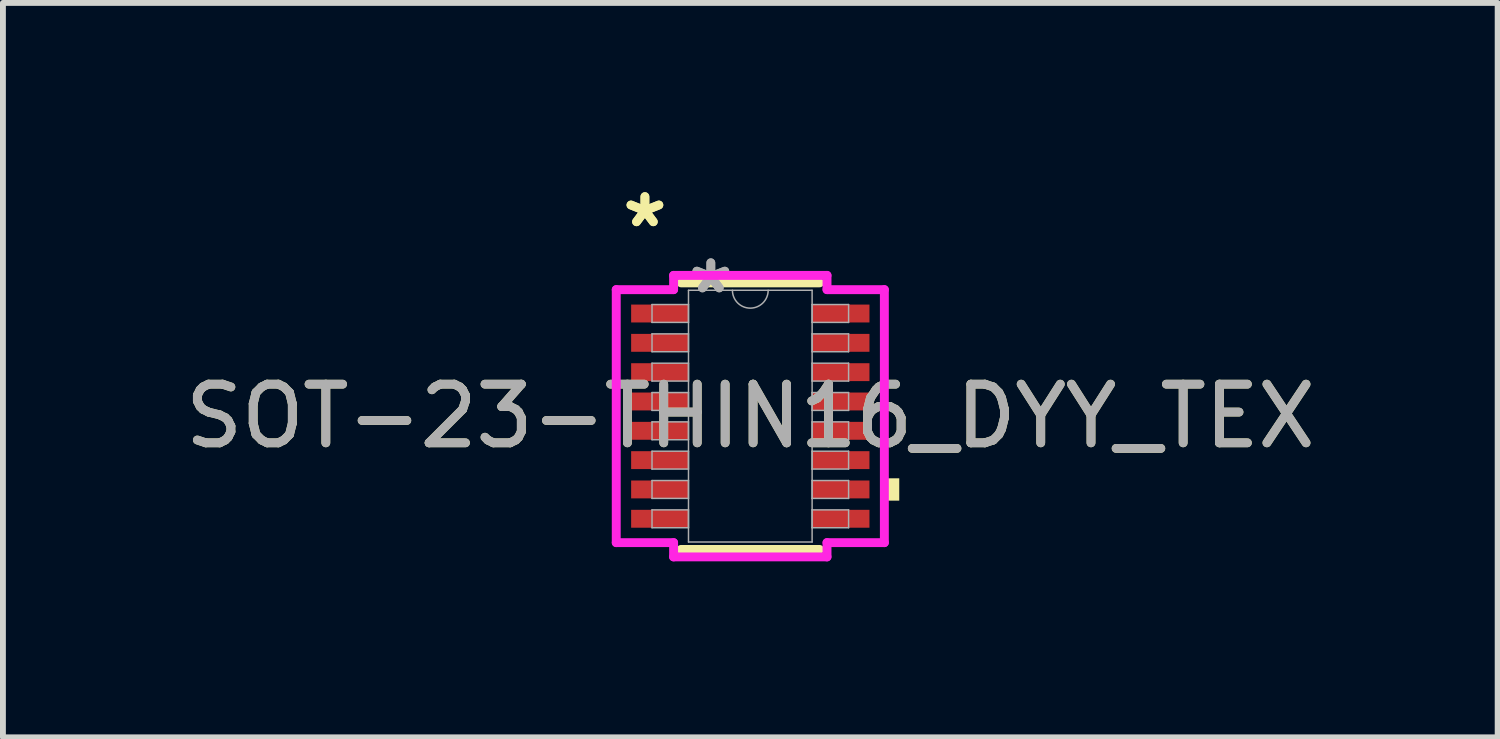
<source format=kicad_pcb>
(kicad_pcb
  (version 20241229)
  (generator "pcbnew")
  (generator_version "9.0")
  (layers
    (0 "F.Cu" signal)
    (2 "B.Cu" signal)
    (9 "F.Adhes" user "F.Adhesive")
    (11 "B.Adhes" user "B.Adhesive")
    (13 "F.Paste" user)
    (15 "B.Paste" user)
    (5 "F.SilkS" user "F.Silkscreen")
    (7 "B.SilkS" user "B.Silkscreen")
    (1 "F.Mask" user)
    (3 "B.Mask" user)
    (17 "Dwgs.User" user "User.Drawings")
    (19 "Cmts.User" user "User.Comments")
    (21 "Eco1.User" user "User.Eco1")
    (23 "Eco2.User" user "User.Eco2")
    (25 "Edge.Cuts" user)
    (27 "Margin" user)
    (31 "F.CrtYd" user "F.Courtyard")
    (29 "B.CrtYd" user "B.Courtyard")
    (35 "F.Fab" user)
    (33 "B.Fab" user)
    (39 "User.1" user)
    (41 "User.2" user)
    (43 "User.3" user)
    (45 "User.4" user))
  (footprint "SOT-23-THIN16_DYY_TEX"
    (layer "F.Cu")
    (at 9.744 4.046)
    (property "Reference" "SOT-23-THIN16_DYY_TEX" (at 0 0 0) (unlocked yes) (layer "F.SilkS") (effects (font (size 1 1) (thickness 0.15))))
    (attr smd)
    (fp_line (start -1.181 2.273) (end 1.181 2.273) (stroke (width 0.152) (type solid)) (layer "F.SilkS"))
    (fp_line (start 1.181 -2.273) (end -1.181 -2.273) (stroke (width 0.152) (type solid)) (layer "F.SilkS"))
    (fp_poly (pts (xy 2.54 1.06) (xy 2.54 1.441) (xy 2.286 1.441) (xy 2.286 1.06)) (stroke (width 0) (type solid)) (fill yes) (layer "F.SilkS"))
    (fp_line (start -2.286 -2.157) (end -1.308 -2.157) (stroke (width 0.152) (type solid)) (layer "F.CrtYd"))
    (fp_line (start -2.286 2.157) (end -2.286 -2.157) (stroke (width 0.152) (type solid)) (layer "F.CrtYd"))
    (fp_line (start -2.286 2.157) (end -1.308 2.157) (stroke (width 0.152) (type solid)) (layer "F.CrtYd"))
    (fp_line (start -1.308 -2.4) (end 1.308 -2.4) (stroke (width 0.152) (type solid)) (layer "F.CrtYd"))
    (fp_line (start -1.308 -2.157) (end -1.308 -2.4) (stroke (width 0.152) (type solid)) (layer "F.CrtYd"))
    (fp_line (start -1.308 2.4) (end -1.308 2.157) (stroke (width 0.152) (type solid)) (layer "F.CrtYd"))
    (fp_line (start 1.308 -2.4) (end 1.308 -2.157) (stroke (width 0.152) (type solid)) (layer "F.CrtYd"))
    (fp_line (start 1.308 2.157) (end 1.308 2.4) (stroke (width 0.152) (type solid)) (layer "F.CrtYd"))
    (fp_line (start 1.308 2.4) (end -1.308 2.4) (stroke (width 0.152) (type solid)) (layer "F.CrtYd"))
    (fp_line (start 2.286 -2.157) (end 1.308 -2.157) (stroke (width 0.152) (type solid)) (layer "F.CrtYd"))
    (fp_line (start 2.286 -2.157) (end 2.286 2.157) (stroke (width 0.152) (type solid)) (layer "F.CrtYd"))
    (fp_line (start 2.286 2.157) (end 1.308 2.157) (stroke (width 0.152) (type solid)) (layer "F.CrtYd"))
    (fp_line (start -1.676 -1.903) (end -1.676 -1.598) (stroke (width 0.025) (type solid)) (layer "F.Fab"))
    (fp_line (start -1.676 -1.598) (end -1.054 -1.598) (stroke (width 0.025) (type solid)) (layer "F.Fab"))
    (fp_line (start -1.676 -1.403) (end -1.676 -1.098) (stroke (width 0.025) (type solid)) (layer "F.Fab"))
    (fp_line (start -1.676 -1.098) (end -1.054 -1.098) (stroke (width 0.025) (type solid)) (layer "F.Fab"))
    (fp_line (start -1.676 -0.903) (end -1.676 -0.598) (stroke (width 0.025) (type solid)) (layer "F.Fab"))
    (fp_line (start -1.676 -0.598) (end -1.054 -0.598) (stroke (width 0.025) (type solid)) (layer "F.Fab"))
    (fp_line (start -1.676 -0.402) (end -1.676 -0.098) (stroke (width 0.025) (type solid)) (layer "F.Fab"))
    (fp_line (start -1.676 -0.098) (end -1.054 -0.098) (stroke (width 0.025) (type solid)) (layer "F.Fab"))
    (fp_line (start -1.676 0.098) (end -1.676 0.402) (stroke (width 0.025) (type solid)) (layer "F.Fab"))
    (fp_line (start -1.676 0.402) (end -1.054 0.402) (stroke (width 0.025) (type solid)) (layer "F.Fab"))
    (fp_line (start -1.676 0.598) (end -1.676 0.903) (stroke (width 0.025) (type solid)) (layer "F.Fab"))
    (fp_line (start -1.676 0.903) (end -1.054 0.903) (stroke (width 0.025) (type solid)) (layer "F.Fab"))
    (fp_line (start -1.676 1.098) (end -1.676 1.403) (stroke (width 0.025) (type solid)) (layer "F.Fab"))
    (fp_line (start -1.676 1.403) (end -1.054 1.403) (stroke (width 0.025) (type solid)) (layer "F.Fab"))
    (fp_line (start -1.676 1.598) (end -1.676 1.903) (stroke (width 0.025) (type solid)) (layer "F.Fab"))
    (fp_line (start -1.676 1.903) (end -1.054 1.903) (stroke (width 0.025) (type solid)) (layer "F.Fab"))
    (fp_line (start -1.054 -2.146) (end -1.054 2.146) (stroke (width 0.025) (type solid)) (layer "F.Fab"))
    (fp_line (start -1.054 -1.903) (end -1.676 -1.903) (stroke (width 0.025) (type solid)) (layer "F.Fab"))
    (fp_line (start -1.054 -1.598) (end -1.054 -1.903) (stroke (width 0.025) (type solid)) (layer "F.Fab"))
    (fp_line (start -1.054 -1.403) (end -1.676 -1.403) (stroke (width 0.025) (type solid)) (layer "F.Fab"))
    (fp_line (start -1.054 -1.098) (end -1.054 -1.403) (stroke (width 0.025) (type solid)) (layer "F.Fab"))
    (fp_line (start -1.054 -0.903) (end -1.676 -0.903) (stroke (width 0.025) (type solid)) (layer "F.Fab"))
    (fp_line (start -1.054 -0.598) (end -1.054 -0.903) (stroke (width 0.025) (type solid)) (layer "F.Fab"))
    (fp_line (start -1.054 -0.402) (end -1.676 -0.402) (stroke (width 0.025) (type solid)) (layer "F.Fab"))
    (fp_line (start -1.054 -0.098) (end -1.054 -0.402) (stroke (width 0.025) (type solid)) (layer "F.Fab"))
    (fp_line (start -1.054 0.098) (end -1.676 0.098) (stroke (width 0.025) (type solid)) (layer "F.Fab"))
    (fp_line (start -1.054 0.402) (end -1.054 0.098) (stroke (width 0.025) (type solid)) (layer "F.Fab"))
    (fp_line (start -1.054 0.598) (end -1.676 0.598) (stroke (width 0.025) (type solid)) (layer "F.Fab"))
    (fp_line (start -1.054 0.903) (end -1.054 0.598) (stroke (width 0.025) (type solid)) (layer "F.Fab"))
    (fp_line (start -1.054 1.098) (end -1.676 1.098) (stroke (width 0.025) (type solid)) (layer "F.Fab"))
    (fp_line (start -1.054 1.403) (end -1.054 1.098) (stroke (width 0.025) (type solid)) (layer "F.Fab"))
    (fp_line (start -1.054 1.598) (end -1.676 1.598) (stroke (width 0.025) (type solid)) (layer "F.Fab"))
    (fp_line (start -1.054 1.903) (end -1.054 1.598) (stroke (width 0.025) (type solid)) (layer "F.Fab"))
    (fp_line (start -1.054 2.146) (end 1.054 2.146) (stroke (width 0.025) (type solid)) (layer "F.Fab"))
    (fp_line (start 1.054 -2.146) (end -1.054 -2.146) (stroke (width 0.025) (type solid)) (layer "F.Fab"))
    (fp_line (start 1.054 -1.903) (end 1.054 -1.598) (stroke (width 0.025) (type solid)) (layer "F.Fab"))
    (fp_line (start 1.054 -1.598) (end 1.676 -1.598) (stroke (width 0.025) (type solid)) (layer "F.Fab"))
    (fp_line (start 1.054 -1.403) (end 1.054 -1.098) (stroke (width 0.025) (type solid)) (layer "F.Fab"))
    (fp_line (start 1.054 -1.098) (end 1.676 -1.098) (stroke (width 0.025) (type solid)) (layer "F.Fab"))
    (fp_line (start 1.054 -0.903) (end 1.054 -0.598) (stroke (width 0.025) (type solid)) (layer "F.Fab"))
    (fp_line (start 1.054 -0.598) (end 1.676 -0.598) (stroke (width 0.025) (type solid)) (layer "F.Fab"))
    (fp_line (start 1.054 -0.402) (end 1.054 -0.098) (stroke (width 0.025) (type solid)) (layer "F.Fab"))
    (fp_line (start 1.054 -0.098) (end 1.676 -0.098) (stroke (width 0.025) (type solid)) (layer "F.Fab"))
    (fp_line (start 1.054 0.098) (end 1.054 0.402) (stroke (width 0.025) (type solid)) (layer "F.Fab"))
    (fp_line (start 1.054 0.402) (end 1.676 0.402) (stroke (width 0.025) (type solid)) (layer "F.Fab"))
    (fp_line (start 1.054 0.598) (end 1.054 0.903) (stroke (width 0.025) (type solid)) (layer "F.Fab"))
    (fp_line (start 1.054 0.903) (end 1.676 0.903) (stroke (width 0.025) (type solid)) (layer "F.Fab"))
    (fp_line (start 1.054 1.098) (end 1.054 1.403) (stroke (width 0.025) (type solid)) (layer "F.Fab"))
    (fp_line (start 1.054 1.403) (end 1.676 1.403) (stroke (width 0.025) (type solid)) (layer "F.Fab"))
    (fp_line (start 1.054 1.598) (end 1.054 1.903) (stroke (width 0.025) (type solid)) (layer "F.Fab"))
    (fp_line (start 1.054 1.903) (end 1.676 1.903) (stroke (width 0.025) (type solid)) (layer "F.Fab"))
    (fp_line (start 1.054 2.146) (end 1.054 -2.146) (stroke (width 0.025) (type solid)) (layer "F.Fab"))
    (fp_line (start 1.676 -1.903) (end 1.054 -1.903) (stroke (width 0.025) (type solid)) (layer "F.Fab"))
    (fp_line (start 1.676 -1.598) (end 1.676 -1.903) (stroke (width 0.025) (type solid)) (layer "F.Fab"))
    (fp_line (start 1.676 -1.403) (end 1.054 -1.403) (stroke (width 0.025) (type solid)) (layer "F.Fab"))
    (fp_line (start 1.676 -1.098) (end 1.676 -1.403) (stroke (width 0.025) (type solid)) (layer "F.Fab"))
    (fp_line (start 1.676 -0.903) (end 1.054 -0.903) (stroke (width 0.025) (type solid)) (layer "F.Fab"))
    (fp_line (start 1.676 -0.598) (end 1.676 -0.903) (stroke (width 0.025) (type solid)) (layer "F.Fab"))
    (fp_line (start 1.676 -0.402) (end 1.054 -0.402) (stroke (width 0.025) (type solid)) (layer "F.Fab"))
    (fp_line (start 1.676 -0.098) (end 1.676 -0.402) (stroke (width 0.025) (type solid)) (layer "F.Fab"))
    (fp_line (start 1.676 0.098) (end 1.054 0.098) (stroke (width 0.025) (type solid)) (layer "F.Fab"))
    (fp_line (start 1.676 0.402) (end 1.676 0.098) (stroke (width 0.025) (type solid)) (layer "F.Fab"))
    (fp_line (start 1.676 0.598) (end 1.054 0.598) (stroke (width 0.025) (type solid)) (layer "F.Fab"))
    (fp_line (start 1.676 0.903) (end 1.676 0.598) (stroke (width 0.025) (type solid)) (layer "F.Fab"))
    (fp_line (start 1.676 1.098) (end 1.054 1.098) (stroke (width 0.025) (type solid)) (layer "F.Fab"))
    (fp_line (start 1.676 1.403) (end 1.676 1.098) (stroke (width 0.025) (type solid)) (layer "F.Fab"))
    (fp_line (start 1.676 1.598) (end 1.054 1.598) (stroke (width 0.025) (type solid)) (layer "F.Fab"))
    (fp_line (start 1.676 1.903) (end 1.676 1.598) (stroke (width 0.025) (type solid)) (layer "F.Fab"))
    (fp_arc (start 0.3048 -2.1463) (mid 0 -1.8415) (end -0.3048 -2.1463) (stroke (width 0.0254) (type solid)) (layer "F.Fab"))
    (fp_text user "*" (at -1.797 -3.198 0) (unlocked yes) (layer "F.SilkS") (effects (font (size 1 1) (thickness 0.15))))
    (fp_text user "*" (at -1.797 -3.198 0) (layer "F.SilkS") (effects (font (size 1 1) (thickness 0.15))))
    (fp_text user "${REFERENCE}" (at 0 0 0) (unlocked yes) (layer "F.Fab") (effects (font (size 1 1) (thickness 0.15))))
    (fp_text user "*" (at -0.673 -2.07 0) (unlocked yes) (layer "F.Fab") (effects (font (size 1 1) (thickness 0.15))))
    (fp_text user "*" (at -0.673 -2.07 0) (layer "F.Fab") (effects (font (size 1 1) (thickness 0.15))))
    (pad "1" smd rect (at -1.543 -1.75) (size 0.978 0.305) (layers "F.Cu" "F.Mask" "F.Paste"))
    (pad "2" smd rect (at -1.543 -1.25) (size 0.978 0.305) (layers "F.Cu" "F.Mask" "F.Paste"))
    (pad "3" smd rect (at -1.543 -0.75) (size 0.978 0.305) (layers "F.Cu" "F.Mask" "F.Paste"))
    (pad "4" smd rect (at -1.543 -0.25) (size 0.978 0.305) (layers "F.Cu" "F.Mask" "F.Paste"))
    (pad "5" smd rect (at -1.543 0.25) (size 0.978 0.305) (layers "F.Cu" "F.Mask" "F.Paste"))
    (pad "6" smd rect (at -1.543 0.75) (size 0.978 0.305) (layers "F.Cu" "F.Mask" "F.Paste"))
    (pad "7" smd rect (at -1.543 1.25) (size 0.978 0.305) (layers "F.Cu" "F.Mask" "F.Paste"))
    (pad "8" smd rect (at -1.543 1.75) (size 0.978 0.305) (layers "F.Cu" "F.Mask" "F.Paste"))
    (pad "9" smd rect (at 1.543 1.75) (size 0.978 0.305) (layers "F.Cu" "F.Mask" "F.Paste"))
    (pad "10" smd rect (at 1.543 1.25) (size 0.978 0.305) (layers "F.Cu" "F.Mask" "F.Paste"))
    (pad "11" smd rect (at 1.543 0.75) (size 0.978 0.305) (layers "F.Cu" "F.Mask" "F.Paste"))
    (pad "12" smd rect (at 1.543 0.25) (size 0.978 0.305) (layers "F.Cu" "F.Mask" "F.Paste"))
    (pad "13" smd rect (at 1.543 -0.25) (size 0.978 0.305) (layers "F.Cu" "F.Mask" "F.Paste"))
    (pad "14" smd rect (at 1.543 -0.75) (size 0.978 0.305) (layers "F.Cu" "F.Mask" "F.Paste"))
    (pad "15" smd rect (at 1.543 -1.25) (size 0.978 0.305) (layers "F.Cu" "F.Mask" "F.Paste"))
    (pad "16" smd rect (at 1.543 -1.75) (size 0.978 0.305) (layers "F.Cu" "F.Mask" "F.Paste")))
  (gr_rect
    (start -3 -3)
    (end 22.488 9.523)
    (stroke (width 0.1) (type default))
    (fill no)
    (layer "Edge.Cuts")))
</source>
